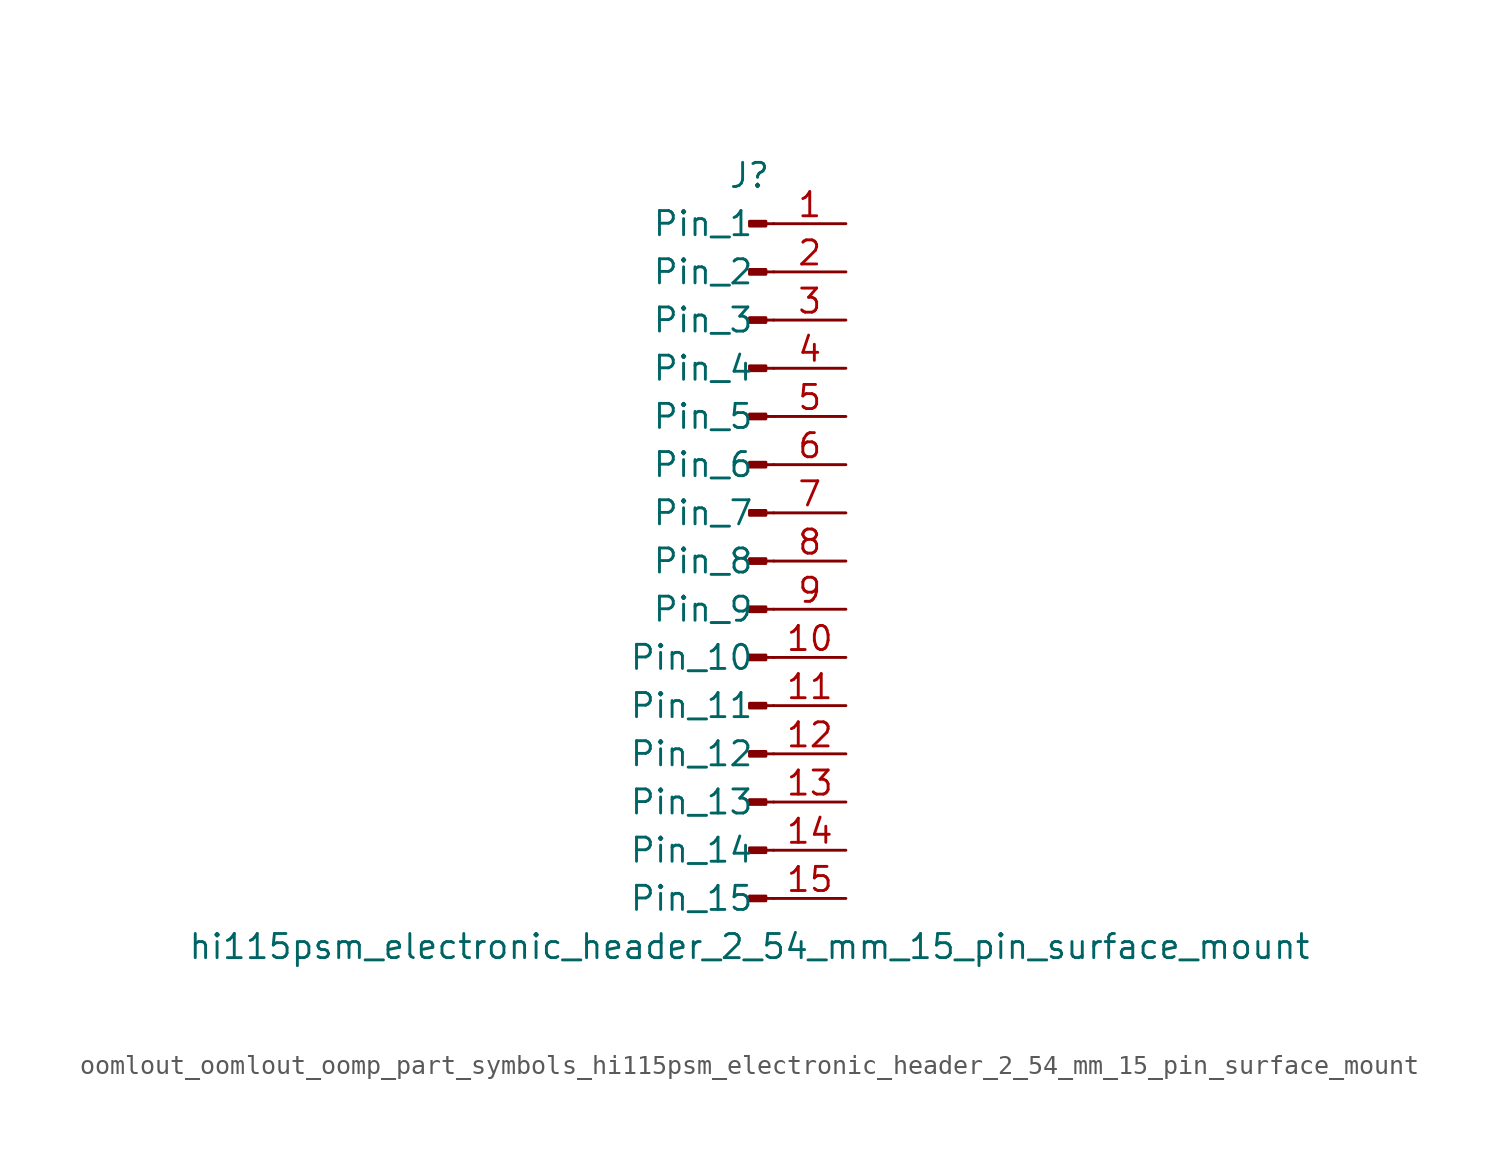
<source format=kicad_sym>
(kicad_symbol_lib
  (version 20220914)
  (generator kicad_symbol_editor)
  (symbol "oomlout_oomlout_oomp_part_symbols_hi115psm_electronic_header_2_54_mm_15_pin_surface_mount"
    (pin_names
      (offset 1.016))
    (property "Reference" "J"
      (at 0 20.32 0)
      (effects (font (size 1.27 1.27))))
    (property "Value" "hi115psm_electronic_header_2_54_mm_15_pin_surface_mount"
      (at 0 -20.32 0)
      (effects (font (size 1.27 1.27))))
    (property "ki_locked" ""
      (at 0 0 0)
      (effects (font (size 1.27 1.27))))
    (symbol "oomlout_oomlout_oomp_part_symbols_hi115psm_electronic_header_2_54_mm_15_pin_surface_mount_1_1"
      (polyline (pts (xy 1.27 -17.78) (xy 0.864 -17.78)) (stroke (width 0.152) (type default)) (fill (type none)))
      (polyline (pts (xy 1.27 -15.24) (xy 0.864 -15.24)) (stroke (width 0.152) (type default)) (fill (type none)))
      (polyline (pts (xy 1.27 -12.7) (xy 0.864 -12.7)) (stroke (width 0.152) (type default)) (fill (type none)))
      (polyline (pts (xy 1.27 -10.16) (xy 0.864 -10.16)) (stroke (width 0.152) (type default)) (fill (type none)))
      (polyline (pts (xy 1.27 -7.62) (xy 0.864 -7.62)) (stroke (width 0.152) (type default)) (fill (type none)))
      (polyline (pts (xy 1.27 -5.08) (xy 0.864 -5.08)) (stroke (width 0.152) (type default)) (fill (type none)))
      (polyline (pts (xy 1.27 -2.54) (xy 0.864 -2.54)) (stroke (width 0.152) (type default)) (fill (type none)))
      (polyline (pts (xy 1.27 0) (xy 0.864 0)) (stroke (width 0.152) (type default)) (fill (type none)))
      (polyline (pts (xy 1.27 2.54) (xy 0.864 2.54)) (stroke (width 0.152) (type default)) (fill (type none)))
      (polyline (pts (xy 1.27 5.08) (xy 0.864 5.08)) (stroke (width 0.152) (type default)) (fill (type none)))
      (polyline (pts (xy 1.27 7.62) (xy 0.864 7.62)) (stroke (width 0.152) (type default)) (fill (type none)))
      (polyline (pts (xy 1.27 10.16) (xy 0.864 10.16)) (stroke (width 0.152) (type default)) (fill (type none)))
      (polyline (pts (xy 1.27 12.7) (xy 0.864 12.7)) (stroke (width 0.152) (type default)) (fill (type none)))
      (polyline (pts (xy 1.27 15.24) (xy 0.864 15.24)) (stroke (width 0.152) (type default)) (fill (type none)))
      (polyline (pts (xy 1.27 17.78) (xy 0.864 17.78)) (stroke (width 0.152) (type default)) (fill (type none)))
      (rectangle (start 0.864 -17.653) (end 0 -17.907) (stroke (width 0.152) (type default)) (fill (type outline)))
      (rectangle (start 0.864 -15.113) (end 0 -15.367) (stroke (width 0.152) (type default)) (fill (type outline)))
      (rectangle (start 0.864 -12.573) (end 0 -12.827) (stroke (width 0.152) (type default)) (fill (type outline)))
      (rectangle (start 0.864 -10.033) (end 0 -10.287) (stroke (width 0.152) (type default)) (fill (type outline)))
      (rectangle (start 0.864 -7.493) (end 0 -7.747) (stroke (width 0.152) (type default)) (fill (type outline)))
      (rectangle (start 0.864 -4.953) (end 0 -5.207) (stroke (width 0.152) (type default)) (fill (type outline)))
      (rectangle (start 0.864 -2.413) (end 0 -2.667) (stroke (width 0.152) (type default)) (fill (type outline)))
      (rectangle (start 0.864 0.127) (end 0 -0.127) (stroke (width 0.152) (type default)) (fill (type outline)))
      (rectangle (start 0.864 2.667) (end 0 2.413) (stroke (width 0.152) (type default)) (fill (type outline)))
      (rectangle (start 0.864 5.207) (end 0 4.953) (stroke (width 0.152) (type default)) (fill (type outline)))
      (rectangle (start 0.864 7.747) (end 0 7.493) (stroke (width 0.152) (type default)) (fill (type outline)))
      (rectangle (start 0.864 10.287) (end 0 10.033) (stroke (width 0.152) (type default)) (fill (type outline)))
      (rectangle (start 0.864 12.827) (end 0 12.573) (stroke (width 0.152) (type default)) (fill (type outline)))
      (rectangle (start 0.864 15.367) (end 0 15.113) (stroke (width 0.152) (type default)) (fill (type outline)))
      (rectangle (start 0.864 17.907) (end 0 17.653) (stroke (width 0.152) (type default)) (fill (type outline)))
      (pin passive line (at 5.08 17.78 180) (length 3.81) (name "Pin_1" (effects (font (size 1.27 1.27)))) (number "1" (effects (font (size 1.27 1.27)))))
      (pin passive line (at 5.08 -5.08 180) (length 3.81) (name "Pin_10" (effects (font (size 1.27 1.27)))) (number "10" (effects (font (size 1.27 1.27)))))
      (pin passive line (at 5.08 -7.62 180) (length 3.81) (name "Pin_11" (effects (font (size 1.27 1.27)))) (number "11" (effects (font (size 1.27 1.27)))))
      (pin passive line (at 5.08 -10.16 180) (length 3.81) (name "Pin_12" (effects (font (size 1.27 1.27)))) (number "12" (effects (font (size 1.27 1.27)))))
      (pin passive line (at 5.08 -12.7 180) (length 3.81) (name "Pin_13" (effects (font (size 1.27 1.27)))) (number "13" (effects (font (size 1.27 1.27)))))
      (pin passive line (at 5.08 -15.24 180) (length 3.81) (name "Pin_14" (effects (font (size 1.27 1.27)))) (number "14" (effects (font (size 1.27 1.27)))))
      (pin passive line (at 5.08 -17.78 180) (length 3.81) (name "Pin_15" (effects (font (size 1.27 1.27)))) (number "15" (effects (font (size 1.27 1.27)))))
      (pin passive line (at 5.08 15.24 180) (length 3.81) (name "Pin_2" (effects (font (size 1.27 1.27)))) (number "2" (effects (font (size 1.27 1.27)))))
      (pin passive line (at 5.08 12.7 180) (length 3.81) (name "Pin_3" (effects (font (size 1.27 1.27)))) (number "3" (effects (font (size 1.27 1.27)))))
      (pin passive line (at 5.08 10.16 180) (length 3.81) (name "Pin_4" (effects (font (size 1.27 1.27)))) (number "4" (effects (font (size 1.27 1.27)))))
      (pin passive line (at 5.08 7.62 180) (length 3.81) (name "Pin_5" (effects (font (size 1.27 1.27)))) (number "5" (effects (font (size 1.27 1.27)))))
      (pin passive line (at 5.08 5.08 180) (length 3.81) (name "Pin_6" (effects (font (size 1.27 1.27)))) (number "6" (effects (font (size 1.27 1.27)))))
      (pin passive line (at 5.08 2.54 180) (length 3.81) (name "Pin_7" (effects (font (size 1.27 1.27)))) (number "7" (effects (font (size 1.27 1.27)))))
      (pin passive line (at 5.08 0 180) (length 3.81) (name "Pin_8" (effects (font (size 1.27 1.27)))) (number "8" (effects (font (size 1.27 1.27)))))
      (pin passive line (at 5.08 -2.54 180) (length 3.81) (name "Pin_9" (effects (font (size 1.27 1.27)))) (number "9" (effects (font (size 1.27 1.27))))))))
</source>
